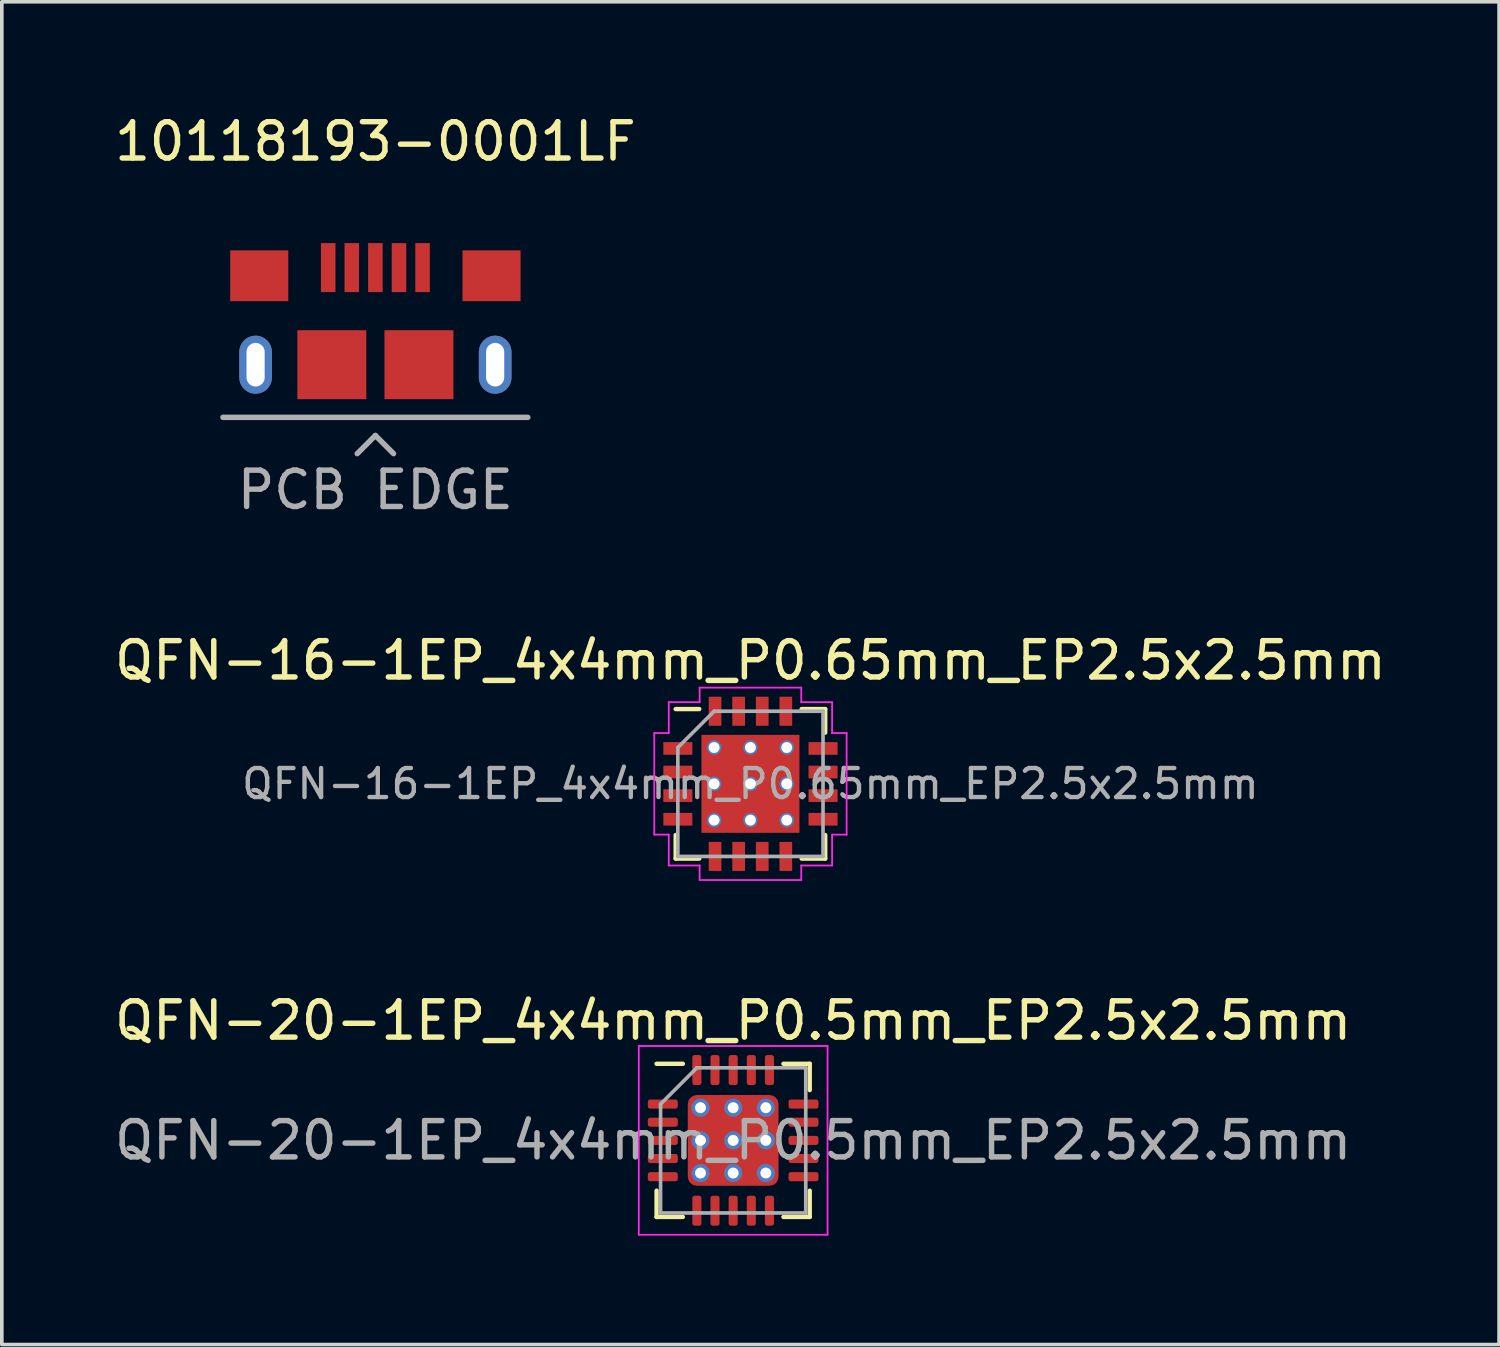
<source format=kicad_pcb>
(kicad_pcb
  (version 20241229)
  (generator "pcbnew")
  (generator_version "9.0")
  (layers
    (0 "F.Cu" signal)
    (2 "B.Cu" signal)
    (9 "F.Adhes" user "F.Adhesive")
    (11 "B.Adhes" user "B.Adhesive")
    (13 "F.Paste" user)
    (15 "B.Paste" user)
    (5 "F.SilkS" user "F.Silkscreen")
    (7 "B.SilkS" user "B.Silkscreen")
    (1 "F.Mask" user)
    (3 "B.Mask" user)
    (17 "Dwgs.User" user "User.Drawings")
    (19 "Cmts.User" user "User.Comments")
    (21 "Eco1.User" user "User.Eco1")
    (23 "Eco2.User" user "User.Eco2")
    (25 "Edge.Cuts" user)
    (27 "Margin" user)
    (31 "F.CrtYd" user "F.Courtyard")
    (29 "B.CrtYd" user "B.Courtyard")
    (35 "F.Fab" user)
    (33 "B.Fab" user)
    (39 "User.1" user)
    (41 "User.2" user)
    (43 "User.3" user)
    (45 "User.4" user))
  (footprint "10118193-0001LF"
    (layer "F.Cu")
    (at 7.292 8.448)
    (property "Reference" "10118193-0001LF" (at 0 -7.6 0) (layer "F.SilkS") (effects (font (size 1 1) (thickness 0.15))))
    (attr through_hole)
    (fp_line (start -4.2 0) (end 4.2 0) (stroke (width 0.15) (type solid)) (layer "F.Fab"))
    (fp_line (start -0.5 1) (end 0 0.5) (stroke (width 0.15) (type solid)) (layer "F.Fab"))
    (fp_line (start 0.5 1) (end 0 0.5) (stroke (width 0.15) (type solid)) (layer "F.Fab"))
    (fp_text user "PCB EDGE" (at 0 2 0) (layer "F.Fab") (effects (font (size 1 1) (thickness 0.15))))
    (pad "1" smd rect (at -1.3 -4.125) (size 0.4 1.35) (layers "F.Cu" "F.Mask" "F.Paste"))
    (pad "2" smd rect (at -0.65 -4.125) (size 0.4 1.35) (layers "F.Cu" "F.Mask" "F.Paste"))
    (pad "3" smd rect (at 0 -4.125) (size 0.4 1.35) (layers "F.Cu" "F.Mask" "F.Paste"))
    (pad "4" smd rect (at 0.65 -4.125) (size 0.4 1.35) (layers "F.Cu" "F.Mask" "F.Paste"))
    (pad "5" thru_hole oval (at -3.3 -1.45) (size 0.9 1.6) (drill oval 0.5 1.2) (layers "*.Cu" "*.Mask"))
    (pad "5" smd rect (at -3.2 -3.9) (size 1.6 1.4) (layers "F.Cu" "F.Mask" "F.Paste"))
    (pad "5" smd rect (at -1.2 -1.45) (size 1.9 1.9) (layers "F.Cu" "F.Mask" "F.Paste"))
    (pad "5" smd rect (at 1.2 -1.45) (size 1.9 1.9) (layers "F.Cu" "F.Mask" "F.Paste"))
    (pad "5" smd rect (at 1.3 -4.125) (size 0.4 1.35) (layers "F.Cu" "F.Mask" "F.Paste"))
    (pad "5" smd rect (at 3.2 -3.9) (size 1.6 1.4) (layers "F.Cu" "F.Mask" "F.Paste"))
    (pad "5" thru_hole oval (at 3.3 -1.45) (size 0.9 1.6) (drill oval 0.5 1.2) (layers "*.Cu" "*.Mask")))
  (footprint "QFN-16-1EP_4x4mm_P0.65mm_EP2.5x2.5mm"
    (layer "F.Cu")
    (at 17.625 18.545)
    (property "Reference" "QFN-16-1EP_4x4mm_P0.65mm_EP2.5x2.5mm" (at 0 -3.4 0) (layer "F.SilkS") (effects (font (size 1 1) (thickness 0.15))))
    (attr smd)
    (fp_line (start -2.06 -2.06) (end -1.41 -2.06) (stroke (width 0.12) (type solid)) (layer "F.SilkS"))
    (fp_line (start -2.06 2.06) (end -2.06 1.41) (stroke (width 0.12) (type solid)) (layer "F.SilkS"))
    (fp_line (start -2.06 2.06) (end -1.41 2.06) (stroke (width 0.12) (type solid)) (layer "F.SilkS"))
    (fp_line (start 2.06 -2.06) (end 1.41 -2.06) (stroke (width 0.12) (type solid)) (layer "F.SilkS"))
    (fp_line (start 2.06 -2.06) (end 2.06 -1.41) (stroke (width 0.12) (type solid)) (layer "F.SilkS"))
    (fp_line (start 2.06 2.06) (end 1.41 2.06) (stroke (width 0.12) (type solid)) (layer "F.SilkS"))
    (fp_line (start 2.06 2.06) (end 2.06 1.41) (stroke (width 0.12) (type solid)) (layer "F.SilkS"))
    (fp_line (start -2.65 -1.4) (end -2.65 1.4) (stroke (width 0.05) (type solid)) (layer "F.CrtYd"))
    (fp_line (start -2.65 -1.4) (end -2.25 -1.4) (stroke (width 0.05) (type solid)) (layer "F.CrtYd"))
    (fp_line (start -2.65 1.4) (end -2.25 1.4) (stroke (width 0.05) (type solid)) (layer "F.CrtYd"))
    (fp_line (start -2.25 -2.25) (end -1.4 -2.25) (stroke (width 0.05) (type solid)) (layer "F.CrtYd"))
    (fp_line (start -2.25 -1.4) (end -2.25 -2.25) (stroke (width 0.05) (type solid)) (layer "F.CrtYd"))
    (fp_line (start -2.25 1.4) (end -2.25 2.25) (stroke (width 0.05) (type solid)) (layer "F.CrtYd"))
    (fp_line (start -2.25 2.25) (end -1.4 2.25) (stroke (width 0.05) (type solid)) (layer "F.CrtYd"))
    (fp_line (start -1.4 -2.65) (end -1.4 -2.25) (stroke (width 0.05) (type solid)) (layer "F.CrtYd"))
    (fp_line (start -1.4 -2.65) (end 1.4 -2.65) (stroke (width 0.05) (type solid)) (layer "F.CrtYd"))
    (fp_line (start -1.4 2.65) (end -1.4 2.25) (stroke (width 0.05) (type solid)) (layer "F.CrtYd"))
    (fp_line (start -1.4 2.65) (end 1.4 2.65) (stroke (width 0.05) (type solid)) (layer "F.CrtYd"))
    (fp_line (start 1.4 -2.65) (end 1.4 -2.25) (stroke (width 0.05) (type solid)) (layer "F.CrtYd"))
    (fp_line (start 1.4 2.25) (end 2.25 2.25) (stroke (width 0.05) (type solid)) (layer "F.CrtYd"))
    (fp_line (start 1.4 2.65) (end 1.4 2.25) (stroke (width 0.05) (type solid)) (layer "F.CrtYd"))
    (fp_line (start 2.25 -2.25) (end 1.4 -2.25) (stroke (width 0.05) (type solid)) (layer "F.CrtYd"))
    (fp_line (start 2.25 -1.4) (end 2.25 -2.25) (stroke (width 0.05) (type solid)) (layer "F.CrtYd"))
    (fp_line (start 2.25 2.25) (end 2.25 1.4) (stroke (width 0.05) (type solid)) (layer "F.CrtYd"))
    (fp_line (start 2.65 -1.4) (end 2.25 -1.4) (stroke (width 0.05) (type solid)) (layer "F.CrtYd"))
    (fp_line (start 2.65 -1.4) (end 2.65 1.4) (stroke (width 0.05) (type solid)) (layer "F.CrtYd"))
    (fp_line (start 2.65 1.4) (end 2.25 1.4) (stroke (width 0.05) (type solid)) (layer "F.CrtYd"))
    (fp_line (start -2 -1) (end -1 -2) (stroke (width 0.1) (type solid)) (layer "F.Fab"))
    (fp_line (start -2 2) (end -2 -1) (stroke (width 0.1) (type solid)) (layer "F.Fab"))
    (fp_line (start -1 -2) (end 2 -2) (stroke (width 0.1) (type solid)) (layer "F.Fab"))
    (fp_line (start 2 -2) (end 2 2) (stroke (width 0.1) (type solid)) (layer "F.Fab"))
    (fp_line (start 2 2) (end -2 2) (stroke (width 0.1) (type solid)) (layer "F.Fab"))
    (fp_text user "${REFERENCE}" (at 0 0 0) (layer "F.Fab") (effects (font (size 0.8 0.8) (thickness 0.12))))
    (pad "" smd rect (at -0.625 -0.625) (size 1.05 1.05) (layers "F.Paste"))
    (pad "" smd rect (at -0.625 0.625) (size 1.05 1.05) (layers "F.Paste"))
    (pad "" smd rect (at 0.625 -0.625) (size 1.05 1.05) (layers "F.Paste"))
    (pad "" smd rect (at 0.625 0.625) (size 1.05 1.05) (layers "F.Paste"))
    (pad "1" smd rect (at -2 -0.975) (size 0.8 0.35) (layers "F.Cu" "F.Mask" "F.Paste"))
    (pad "2" smd rect (at -2 -0.325) (size 0.8 0.35) (layers "F.Cu" "F.Mask" "F.Paste"))
    (pad "3" smd rect (at -2 0.325) (size 0.8 0.35) (layers "F.Cu" "F.Mask" "F.Paste"))
    (pad "4" smd rect (at -2 0.975) (size 0.8 0.35) (layers "F.Cu" "F.Mask" "F.Paste"))
    (pad "5" smd rect (at -0.975 2 90) (size 0.8 0.35) (layers "F.Cu" "F.Mask" "F.Paste"))
    (pad "6" smd rect (at -0.325 2 90) (size 0.8 0.35) (layers "F.Cu" "F.Mask" "F.Paste"))
    (pad "7" smd rect (at 0.325 2 90) (size 0.8 0.35) (layers "F.Cu" "F.Mask" "F.Paste"))
    (pad "8" smd rect (at 0.975 2 90) (size 0.8 0.35) (layers "F.Cu" "F.Mask" "F.Paste"))
    (pad "9" smd rect (at 2 0.975) (size 0.8 0.35) (layers "F.Cu" "F.Mask" "F.Paste"))
    (pad "10" smd rect (at 2 0.325) (size 0.8 0.35) (layers "F.Cu" "F.Mask" "F.Paste"))
    (pad "11" smd rect (at 2 -0.325) (size 0.8 0.35) (layers "F.Cu" "F.Mask" "F.Paste"))
    (pad "12" smd rect (at 2 -0.975) (size 0.8 0.35) (layers "F.Cu" "F.Mask" "F.Paste"))
    (pad "13" smd rect (at 0.975 -2 90) (size 0.8 0.35) (layers "F.Cu" "F.Mask" "F.Paste"))
    (pad "14" smd rect (at 0.325 -2 90) (size 0.8 0.35) (layers "F.Cu" "F.Mask" "F.Paste"))
    (pad "15" smd rect (at -0.325 -2 90) (size 0.8 0.35) (layers "F.Cu" "F.Mask" "F.Paste"))
    (pad "16" smd rect (at -0.975 -2 90) (size 0.8 0.35) (layers "F.Cu" "F.Mask" "F.Paste"))
    (pad "17" thru_hole circle (at -1 -1) (size 0.4 0.4) (drill 0.3) (layers "*.Cu" "*.Mask"))
    (pad "17" thru_hole circle (at -1 0) (size 0.4 0.4) (drill 0.3) (layers "*.Cu" "*.Mask"))
    (pad "17" thru_hole circle (at -1 1) (size 0.4 0.4) (drill 0.3) (layers "*.Cu" "*.Mask"))
    (pad "17" thru_hole circle (at 0 -1) (size 0.4 0.4) (drill 0.3) (layers "*.Cu" "*.Mask"))
    (pad "17" thru_hole circle (at 0 0) (size 0.4 0.4) (drill 0.3) (layers "*.Cu" "*.Mask"))
    (pad "17" smd rect (at 0 0) (size 2.7 2.7) (layers "F.Cu" "F.Mask"))
    (pad "17" thru_hole circle (at 0 1) (size 0.4 0.4) (drill 0.3) (layers "*.Cu" "*.Mask"))
    (pad "17" thru_hole circle (at 1 -1) (size 0.4 0.4) (drill 0.3) (layers "*.Cu" "*.Mask"))
    (pad "17" thru_hole circle (at 1 0) (size 0.4 0.4) (drill 0.3) (layers "*.Cu" "*.Mask"))
    (pad "17" thru_hole circle (at 1 1) (size 0.4 0.4) (drill 0.3) (layers "*.Cu" "*.Mask")))
  (footprint "QFN-20-1EP_4x4mm_P0.5mm_EP2.5x2.5mm"
    (layer "F.Cu")
    (at 17.149 28.368)
    (property "Reference" "QFN-20-1EP_4x4mm_P0.5mm_EP2.5x2.5mm" (at 0 -3.3 0) (layer "F.SilkS") (effects (font (size 1 1) (thickness 0.15))))
    (attr smd)
    (fp_line (start -2.11 2.11) (end -2.11 1.385) (stroke (width 0.12) (type solid)) (layer "F.SilkS"))
    (fp_line (start -1.385 -2.11) (end -2.11 -2.11) (stroke (width 0.12) (type solid)) (layer "F.SilkS"))
    (fp_line (start -1.385 2.11) (end -2.11 2.11) (stroke (width 0.12) (type solid)) (layer "F.SilkS"))
    (fp_line (start 1.385 -2.11) (end 2.11 -2.11) (stroke (width 0.12) (type solid)) (layer "F.SilkS"))
    (fp_line (start 1.385 2.11) (end 2.11 2.11) (stroke (width 0.12) (type solid)) (layer "F.SilkS"))
    (fp_line (start 2.11 -2.11) (end 2.11 -1.385) (stroke (width 0.12) (type solid)) (layer "F.SilkS"))
    (fp_line (start 2.11 2.11) (end 2.11 1.385) (stroke (width 0.12) (type solid)) (layer "F.SilkS"))
    (fp_line (start -2.6 -2.6) (end -2.6 2.6) (stroke (width 0.05) (type solid)) (layer "F.CrtYd"))
    (fp_line (start -2.6 2.6) (end 2.6 2.6) (stroke (width 0.05) (type solid)) (layer "F.CrtYd"))
    (fp_line (start 2.6 -2.6) (end -2.6 -2.6) (stroke (width 0.05) (type solid)) (layer "F.CrtYd"))
    (fp_line (start 2.6 2.6) (end 2.6 -2.6) (stroke (width 0.05) (type solid)) (layer "F.CrtYd"))
    (fp_line (start -2 -1) (end -1 -2) (stroke (width 0.1) (type solid)) (layer "F.Fab"))
    (fp_line (start -2 2) (end -2 -1) (stroke (width 0.1) (type solid)) (layer "F.Fab"))
    (fp_line (start -1 -2) (end 2 -2) (stroke (width 0.1) (type solid)) (layer "F.Fab"))
    (fp_line (start 2 -2) (end 2 2) (stroke (width 0.1) (type solid)) (layer "F.Fab"))
    (fp_line (start 2 2) (end -2 2) (stroke (width 0.1) (type solid)) (layer "F.Fab"))
    (fp_text user "${REFERENCE}" (at 0 0 0) (layer "F.Fab") (effects (font (size 1 1) (thickness 0.15))))
    (pad "" smd roundrect (at -0.625 -0.625) (size 1.01 1.01) (layers "F.Paste") (roundrect_rratio 0.248))
    (pad "" smd roundrect (at -0.625 0.625) (size 1.01 1.01) (layers "F.Paste") (roundrect_rratio 0.248))
    (pad "" smd roundrect (at 0.625 -0.625) (size 1.01 1.01) (layers "F.Paste") (roundrect_rratio 0.248))
    (pad "" smd roundrect (at 0.625 0.625) (size 1.01 1.01) (layers "F.Paste") (roundrect_rratio 0.248))
    (pad "1" smd roundrect (at -1.938 -1) (size 0.825 0.25) (layers "F.Cu" "F.Mask" "F.Paste") (roundrect_rratio 0.25))
    (pad "2" smd roundrect (at -1.938 -0.5) (size 0.825 0.25) (layers "F.Cu" "F.Mask" "F.Paste") (roundrect_rratio 0.25))
    (pad "3" smd roundrect (at -1.938 0) (size 0.825 0.25) (layers "F.Cu" "F.Mask" "F.Paste") (roundrect_rratio 0.25))
    (pad "4" smd roundrect (at -1.938 0.5) (size 0.825 0.25) (layers "F.Cu" "F.Mask" "F.Paste") (roundrect_rratio 0.25))
    (pad "5" smd roundrect (at -1.938 1) (size 0.825 0.25) (layers "F.Cu" "F.Mask" "F.Paste") (roundrect_rratio 0.25))
    (pad "6" smd roundrect (at -1 1.938) (size 0.25 0.825) (layers "F.Cu" "F.Mask" "F.Paste") (roundrect_rratio 0.25))
    (pad "7" smd roundrect (at -0.5 1.938) (size 0.25 0.825) (layers "F.Cu" "F.Mask" "F.Paste") (roundrect_rratio 0.25))
    (pad "8" smd roundrect (at 0 1.938) (size 0.25 0.825) (layers "F.Cu" "F.Mask" "F.Paste") (roundrect_rratio 0.25))
    (pad "9" smd roundrect (at 0.5 1.938) (size 0.25 0.825) (layers "F.Cu" "F.Mask" "F.Paste") (roundrect_rratio 0.25))
    (pad "10" smd roundrect (at 1 1.938) (size 0.25 0.825) (layers "F.Cu" "F.Mask" "F.Paste") (roundrect_rratio 0.25))
    (pad "11" smd roundrect (at 1.938 1) (size 0.825 0.25) (layers "F.Cu" "F.Mask" "F.Paste") (roundrect_rratio 0.25))
    (pad "12" smd roundrect (at 1.938 0.5) (size 0.825 0.25) (layers "F.Cu" "F.Mask" "F.Paste") (roundrect_rratio 0.25))
    (pad "13" smd roundrect (at 1.938 0) (size 0.825 0.25) (layers "F.Cu" "F.Mask" "F.Paste") (roundrect_rratio 0.25))
    (pad "14" smd roundrect (at 1.938 -0.5) (size 0.825 0.25) (layers "F.Cu" "F.Mask" "F.Paste") (roundrect_rratio 0.25))
    (pad "15" smd roundrect (at 1.938 -1) (size 0.825 0.25) (layers "F.Cu" "F.Mask" "F.Paste") (roundrect_rratio 0.25))
    (pad "16" smd roundrect (at 1 -1.938) (size 0.25 0.825) (layers "F.Cu" "F.Mask" "F.Paste") (roundrect_rratio 0.25))
    (pad "17" smd roundrect (at 0.5 -1.938) (size 0.25 0.825) (layers "F.Cu" "F.Mask" "F.Paste") (roundrect_rratio 0.25))
    (pad "18" smd roundrect (at 0 -1.938) (size 0.25 0.825) (layers "F.Cu" "F.Mask" "F.Paste") (roundrect_rratio 0.25))
    (pad "19" smd roundrect (at -0.5 -1.938) (size 0.25 0.825) (layers "F.Cu" "F.Mask" "F.Paste") (roundrect_rratio 0.25))
    (pad "20" smd roundrect (at -1 -1.938) (size 0.25 0.825) (layers "F.Cu" "F.Mask" "F.Paste") (roundrect_rratio 0.25))
    (pad "21" thru_hole circle (at -0.9 -0.9) (size 0.5 0.5) (drill 0.3) (layers "*.Cu" "*.Mask"))
    (pad "21" thru_hole circle (at -0.9 0) (size 0.5 0.5) (drill 0.3) (layers "*.Cu" "*.Mask"))
    (pad "21" thru_hole circle (at -0.9 0.9) (size 0.5 0.5) (drill 0.3) (layers "*.Cu" "*.Mask"))
    (pad "21" thru_hole circle (at 0 -0.9) (size 0.5 0.5) (drill 0.3) (layers "*.Cu" "*.Mask"))
    (pad "21" thru_hole circle (at 0 0) (size 0.5 0.5) (drill 0.3) (layers "*.Cu" "*.Mask"))
    (pad "21" smd roundrect (at 0 0) (size 2.5 2.5) (layers "F.Cu" "F.Mask") (roundrect_rratio 0.1))
    (pad "21" thru_hole circle (at 0 0.9) (size 0.5 0.5) (drill 0.3) (layers "*.Cu" "*.Mask"))
    (pad "21" thru_hole circle (at 0.9 -0.9) (size 0.5 0.5) (drill 0.3) (layers "*.Cu" "*.Mask"))
    (pad "21" thru_hole circle (at 0.9 0) (size 0.5 0.5) (drill 0.3) (layers "*.Cu" "*.Mask"))
    (pad "21" thru_hole circle (at 0.9 0.9) (size 0.5 0.5) (drill 0.3) (layers "*.Cu" "*.Mask")))
  (gr_rect
    (start -3 -3)
    (end 38.25 33.993)
    (stroke (width 0.1) (type default))
    (fill no)
    (layer "Edge.Cuts")))
</source>
